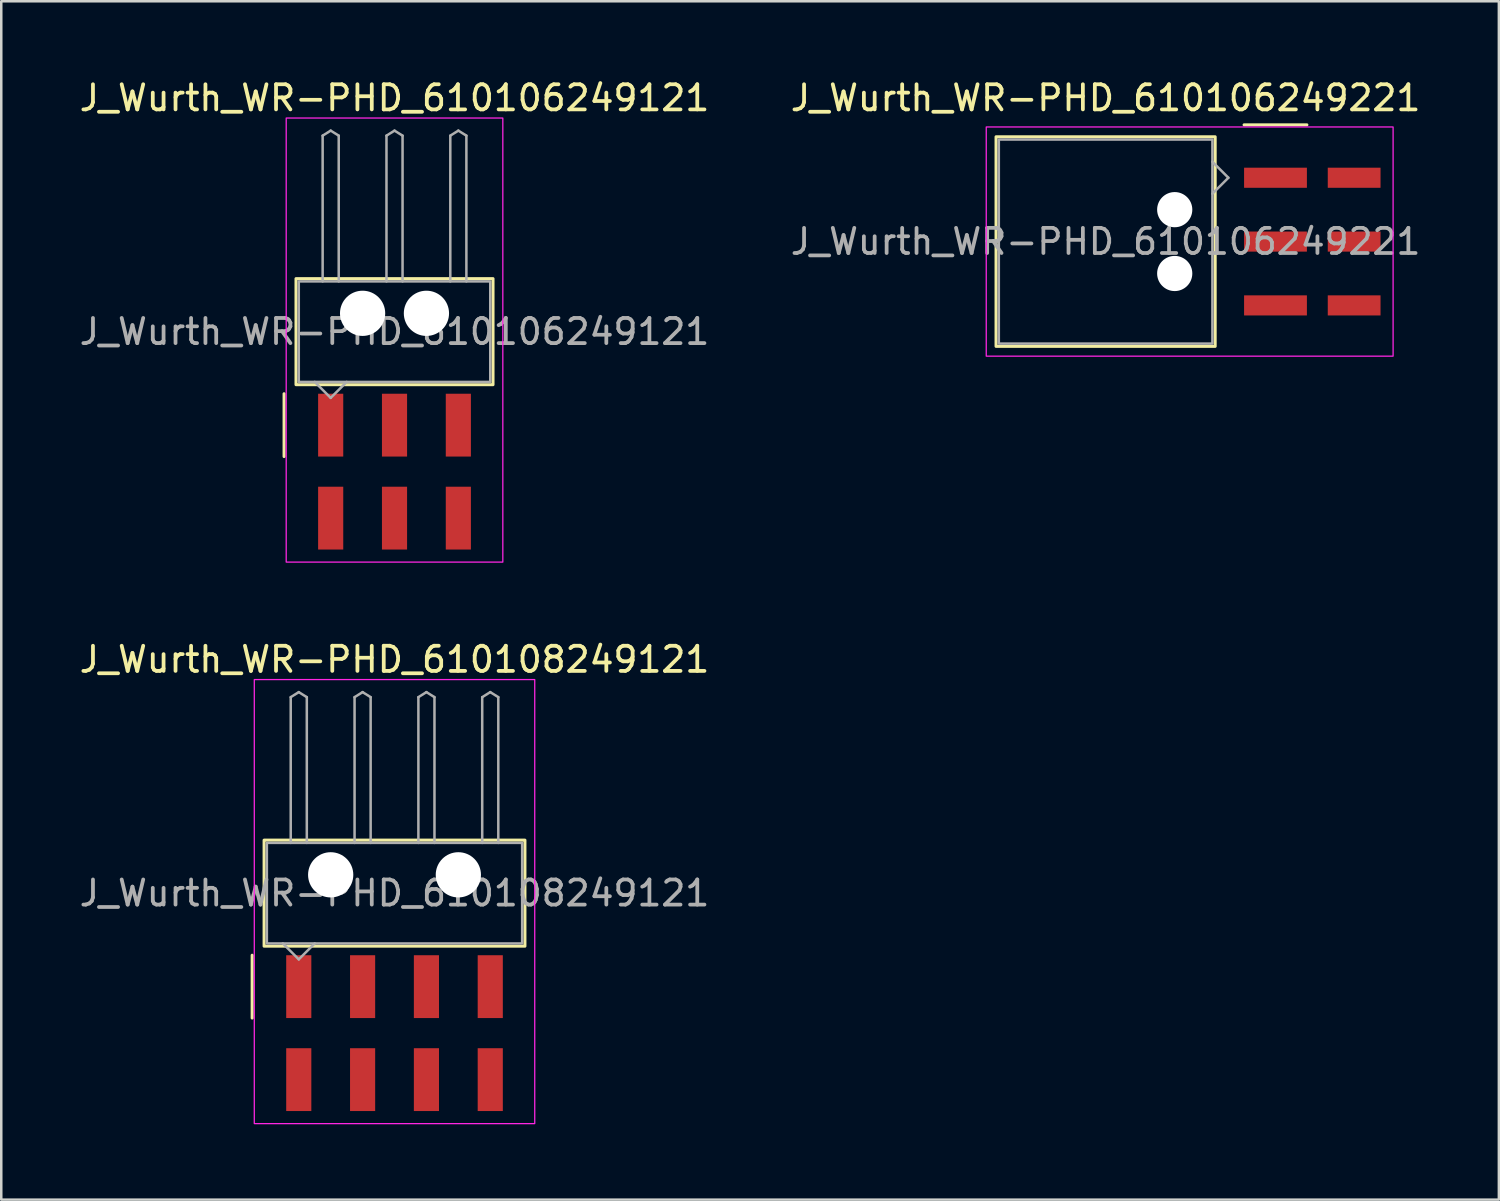
<source format=kicad_pcb>
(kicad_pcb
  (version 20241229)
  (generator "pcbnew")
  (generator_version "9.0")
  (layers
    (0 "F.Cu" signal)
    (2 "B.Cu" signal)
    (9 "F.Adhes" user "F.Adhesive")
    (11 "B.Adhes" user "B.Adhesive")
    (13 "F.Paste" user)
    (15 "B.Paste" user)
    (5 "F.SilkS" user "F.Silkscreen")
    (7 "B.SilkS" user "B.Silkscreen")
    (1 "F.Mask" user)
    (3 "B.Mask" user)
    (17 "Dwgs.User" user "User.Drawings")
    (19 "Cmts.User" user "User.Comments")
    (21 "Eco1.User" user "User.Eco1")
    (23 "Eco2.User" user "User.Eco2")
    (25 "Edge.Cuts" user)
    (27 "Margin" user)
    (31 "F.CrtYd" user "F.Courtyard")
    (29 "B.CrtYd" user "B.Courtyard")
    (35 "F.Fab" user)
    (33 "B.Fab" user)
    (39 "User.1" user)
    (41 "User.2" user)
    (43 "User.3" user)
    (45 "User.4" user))
  (footprint "J_Wurth_WR-PHD_610106249121"
    (layer "F.Cu")
    (at 12.649 10.148)
    (property "Reference" "J_Wurth_WR-PHD_610106249121" (at 0 -9.3 0) (unlocked yes) (layer "F.SilkS") (effects (font (size 1 1) (thickness 0.15))))
    (attr smd)
    (fp_line (start -4.395 2.47) (end -4.395 4.97) (stroke (width 0.12) (type solid)) (layer "F.SilkS"))
    (fp_rect (start -3.92 -2.11) (end 3.92 2.11) (stroke (width 0.12) (type solid)) (fill no) (layer "F.SilkS"))
    (fp_rect (start -4.31 -8.5) (end 4.31 9.17) (stroke (width 0.05) (type solid)) (fill no) (layer "F.CrtYd"))
    (fp_line (start -2.86 -7.8) (end -2.86 -2) (stroke (width 0.1) (type solid)) (layer "F.Fab"))
    (fp_line (start -2.54 -8) (end -2.86 -7.8) (stroke (width 0.1) (type solid)) (layer "F.Fab"))
    (fp_line (start -2.54 2.635) (end -3.175 2) (stroke (width 0.1) (type default)) (layer "F.Fab"))
    (fp_line (start -2.22 -7.8) (end -2.54 -8) (stroke (width 0.1) (type solid)) (layer "F.Fab"))
    (fp_line (start -2.22 -2) (end -2.22 -7.8) (stroke (width 0.1) (type solid)) (layer "F.Fab"))
    (fp_line (start -1.905 2) (end -2.54 2.635) (stroke (width 0.1) (type default)) (layer "F.Fab"))
    (fp_line (start -0.32 -7.8) (end -0.32 -2) (stroke (width 0.1) (type solid)) (layer "F.Fab"))
    (fp_line (start 0 -8) (end -0.32 -7.8) (stroke (width 0.1) (type solid)) (layer "F.Fab"))
    (fp_line (start 0.32 -7.8) (end 0 -8) (stroke (width 0.1) (type solid)) (layer "F.Fab"))
    (fp_line (start 0.32 -2) (end 0.32 -7.8) (stroke (width 0.1) (type solid)) (layer "F.Fab"))
    (fp_line (start 2.22 -7.8) (end 2.22 -2) (stroke (width 0.1) (type solid)) (layer "F.Fab"))
    (fp_line (start 2.54 -8) (end 2.22 -7.8) (stroke (width 0.1) (type solid)) (layer "F.Fab"))
    (fp_line (start 2.86 -7.8) (end 2.54 -8) (stroke (width 0.1) (type solid)) (layer "F.Fab"))
    (fp_line (start 2.86 -2) (end 2.86 -7.8) (stroke (width 0.1) (type solid)) (layer "F.Fab"))
    (fp_rect (start -3.81 -2) (end 3.81 2) (stroke (width 0.1) (type solid)) (fill no) (layer "F.Fab"))
    (fp_text user "${REFERENCE}" (at 0 0 0) (unlocked yes) (layer "F.Fab") (effects (font (size 1 1) (thickness 0.15))))
    (pad "" np_thru_hole circle (at -1.27 -0.73) (size 1.8 1.8) (drill 1.8) (layers "*.Cu" "*.Mask"))
    (pad "" np_thru_hole circle (at 1.27 -0.73) (size 1.8 1.8) (drill 1.8) (layers "*.Cu" "*.Mask"))
    (pad "1" smd rect (at -2.54 3.72 180) (size 1 2.5) (layers "F.Cu" "F.Mask" "F.Paste"))
    (pad "2" smd rect (at -2.54 7.42 180) (size 1 2.5) (layers "F.Cu" "F.Mask" "F.Paste"))
    (pad "3" smd rect (at 0 3.72 180) (size 1 2.5) (layers "F.Cu" "F.Mask" "F.Paste"))
    (pad "4" smd rect (at 0 7.42 180) (size 1 2.5) (layers "F.Cu" "F.Mask" "F.Paste"))
    (pad "5" smd rect (at 2.54 3.72 180) (size 1 2.5) (layers "F.Cu" "F.Mask" "F.Paste"))
    (pad "6" smd rect (at 2.54 7.42 180) (size 1 2.5) (layers "F.Cu" "F.Mask" "F.Paste")))
  (footprint "J_Wurth_WR-PHD_610106249221"
    (layer "F.Cu")
    (at 40.946 6.563)
    (property "Reference" "J_Wurth_WR-PHD_610106249221" (at 0 -5.715 0) (unlocked yes) (layer "F.SilkS") (effects (font (size 1 1) (thickness 0.15))))
    (attr smd)
    (fp_line (start 8.01 -4.645) (end 5.51 -4.645) (stroke (width 0.12) (type solid)) (layer "F.SilkS"))
    (fp_rect (start -4.36 -4.17) (end 4.36 4.17) (stroke (width 0.12) (type solid)) (fill no) (layer "F.SilkS"))
    (fp_rect (start -4.75 -4.56) (end 11.44 4.56) (stroke (width 0.05) (type solid)) (fill no) (layer "F.CrtYd"))
    (fp_line (start 4.25 -3.175) (end 4.885 -2.54) (stroke (width 0.1) (type default)) (layer "F.Fab"))
    (fp_line (start 4.885 -2.54) (end 4.25 -1.905) (stroke (width 0.1) (type default)) (layer "F.Fab"))
    (fp_rect (start -4.25 -4.06) (end 4.25 4.06) (stroke (width 0.1) (type solid)) (fill no) (layer "F.Fab"))
    (fp_text user "${REFERENCE}" (at 0 0 0) (unlocked yes) (layer "F.Fab") (effects (font (size 1 1) (thickness 0.15))))
    (pad "" np_thru_hole circle (at 2.75 -1.27 270) (size 1.4 1.4) (drill 1.4) (layers "*.Cu" "*.Mask"))
    (pad "" np_thru_hole circle (at 2.75 1.27 270) (size 1.4 1.4) (drill 1.4) (layers "*.Cu" "*.Mask"))
    (pad "1" smd rect (at 6.76 -2.54 270) (size 0.8 2.5) (layers "F.Cu" "F.Mask" "F.Paste"))
    (pad "2" smd rect (at 9.89 -2.54 270) (size 0.8 2.1) (layers "F.Cu" "F.Mask" "F.Paste"))
    (pad "3" smd rect (at 6.76 0 270) (size 0.8 2.5) (layers "F.Cu" "F.Mask" "F.Paste"))
    (pad "4" smd rect (at 9.89 0 270) (size 0.8 2.1) (layers "F.Cu" "F.Mask" "F.Paste"))
    (pad "5" smd rect (at 6.76 2.54 270) (size 0.8 2.5) (layers "F.Cu" "F.Mask" "F.Paste"))
    (pad "6" smd rect (at 9.89 2.54 270) (size 0.8 2.1) (layers "F.Cu" "F.Mask" "F.Paste")))
  (footprint "J_Wurth_WR-PHD_610108249121"
    (layer "F.Cu")
    (at 12.649 32.492)
    (property "Reference" "J_Wurth_WR-PHD_610108249121" (at 0 -9.3 0) (unlocked yes) (layer "F.SilkS") (effects (font (size 1 1) (thickness 0.15))))
    (attr smd)
    (fp_line (start -5.665 2.47) (end -5.665 4.97) (stroke (width 0.12) (type solid)) (layer "F.SilkS"))
    (fp_rect (start -5.19 -2.11) (end 5.19 2.11) (stroke (width 0.12) (type solid)) (fill no) (layer "F.SilkS"))
    (fp_rect (start -5.58 -8.5) (end 5.58 9.17) (stroke (width 0.05) (type solid)) (fill no) (layer "F.CrtYd"))
    (fp_line (start -4.13 -7.8) (end -4.13 -2) (stroke (width 0.1) (type solid)) (layer "F.Fab"))
    (fp_line (start -3.81 -8) (end -4.13 -7.8) (stroke (width 0.1) (type solid)) (layer "F.Fab"))
    (fp_line (start -3.81 2.635) (end -4.445 2) (stroke (width 0.1) (type default)) (layer "F.Fab"))
    (fp_line (start -3.49 -7.8) (end -3.81 -8) (stroke (width 0.1) (type solid)) (layer "F.Fab"))
    (fp_line (start -3.49 -2) (end -3.49 -7.8) (stroke (width 0.1) (type solid)) (layer "F.Fab"))
    (fp_line (start -3.175 2) (end -3.81 2.635) (stroke (width 0.1) (type default)) (layer "F.Fab"))
    (fp_line (start -1.59 -7.8) (end -1.59 -2) (stroke (width 0.1) (type solid)) (layer "F.Fab"))
    (fp_line (start -1.27 -8) (end -1.59 -7.8) (stroke (width 0.1) (type solid)) (layer "F.Fab"))
    (fp_line (start -0.95 -7.8) (end -1.27 -8) (stroke (width 0.1) (type solid)) (layer "F.Fab"))
    (fp_line (start -0.95 -2) (end -0.95 -7.8) (stroke (width 0.1) (type solid)) (layer "F.Fab"))
    (fp_line (start 0.95 -7.8) (end 0.95 -2) (stroke (width 0.1) (type solid)) (layer "F.Fab"))
    (fp_line (start 1.27 -8) (end 0.95 -7.8) (stroke (width 0.1) (type solid)) (layer "F.Fab"))
    (fp_line (start 1.59 -7.8) (end 1.27 -8) (stroke (width 0.1) (type solid)) (layer "F.Fab"))
    (fp_line (start 1.59 -2) (end 1.59 -7.8) (stroke (width 0.1) (type solid)) (layer "F.Fab"))
    (fp_line (start 3.49 -7.8) (end 3.49 -2) (stroke (width 0.1) (type solid)) (layer "F.Fab"))
    (fp_line (start 3.81 -8) (end 3.49 -7.8) (stroke (width 0.1) (type solid)) (layer "F.Fab"))
    (fp_line (start 4.13 -7.8) (end 3.81 -8) (stroke (width 0.1) (type solid)) (layer "F.Fab"))
    (fp_line (start 4.13 -2) (end 4.13 -7.8) (stroke (width 0.1) (type solid)) (layer "F.Fab"))
    (fp_rect (start -5.08 -2) (end 5.08 2) (stroke (width 0.1) (type solid)) (fill no) (layer "F.Fab"))
    (fp_text user "${REFERENCE}" (at 0 0 0) (unlocked yes) (layer "F.Fab") (effects (font (size 1 1) (thickness 0.15))))
    (pad "" np_thru_hole circle (at -2.54 -0.73) (size 1.8 1.8) (drill 1.8) (layers "*.Cu" "*.Mask"))
    (pad "" np_thru_hole circle (at 2.54 -0.73) (size 1.8 1.8) (drill 1.8) (layers "*.Cu" "*.Mask"))
    (pad "1" smd rect (at -3.81 3.72 180) (size 1 2.5) (layers "F.Cu" "F.Mask" "F.Paste"))
    (pad "2" smd rect (at -3.81 7.42 180) (size 1 2.5) (layers "F.Cu" "F.Mask" "F.Paste"))
    (pad "3" smd rect (at -1.27 3.72 180) (size 1 2.5) (layers "F.Cu" "F.Mask" "F.Paste"))
    (pad "4" smd rect (at -1.27 7.42 180) (size 1 2.5) (layers "F.Cu" "F.Mask" "F.Paste"))
    (pad "5" smd rect (at 1.27 3.72 180) (size 1 2.5) (layers "F.Cu" "F.Mask" "F.Paste"))
    (pad "6" smd rect (at 1.27 7.42 180) (size 1 2.5) (layers "F.Cu" "F.Mask" "F.Paste"))
    (pad "7" smd rect (at 3.81 3.72 180) (size 1 2.5) (layers "F.Cu" "F.Mask" "F.Paste"))
    (pad "8" smd rect (at 3.81 7.42 180) (size 1 2.5) (layers "F.Cu" "F.Mask" "F.Paste")))
  (gr_rect
    (start -3 -3)
    (end 56.595 44.687)
    (stroke (width 0.1) (type default))
    (fill no)
    (layer "Edge.Cuts")))
</source>
